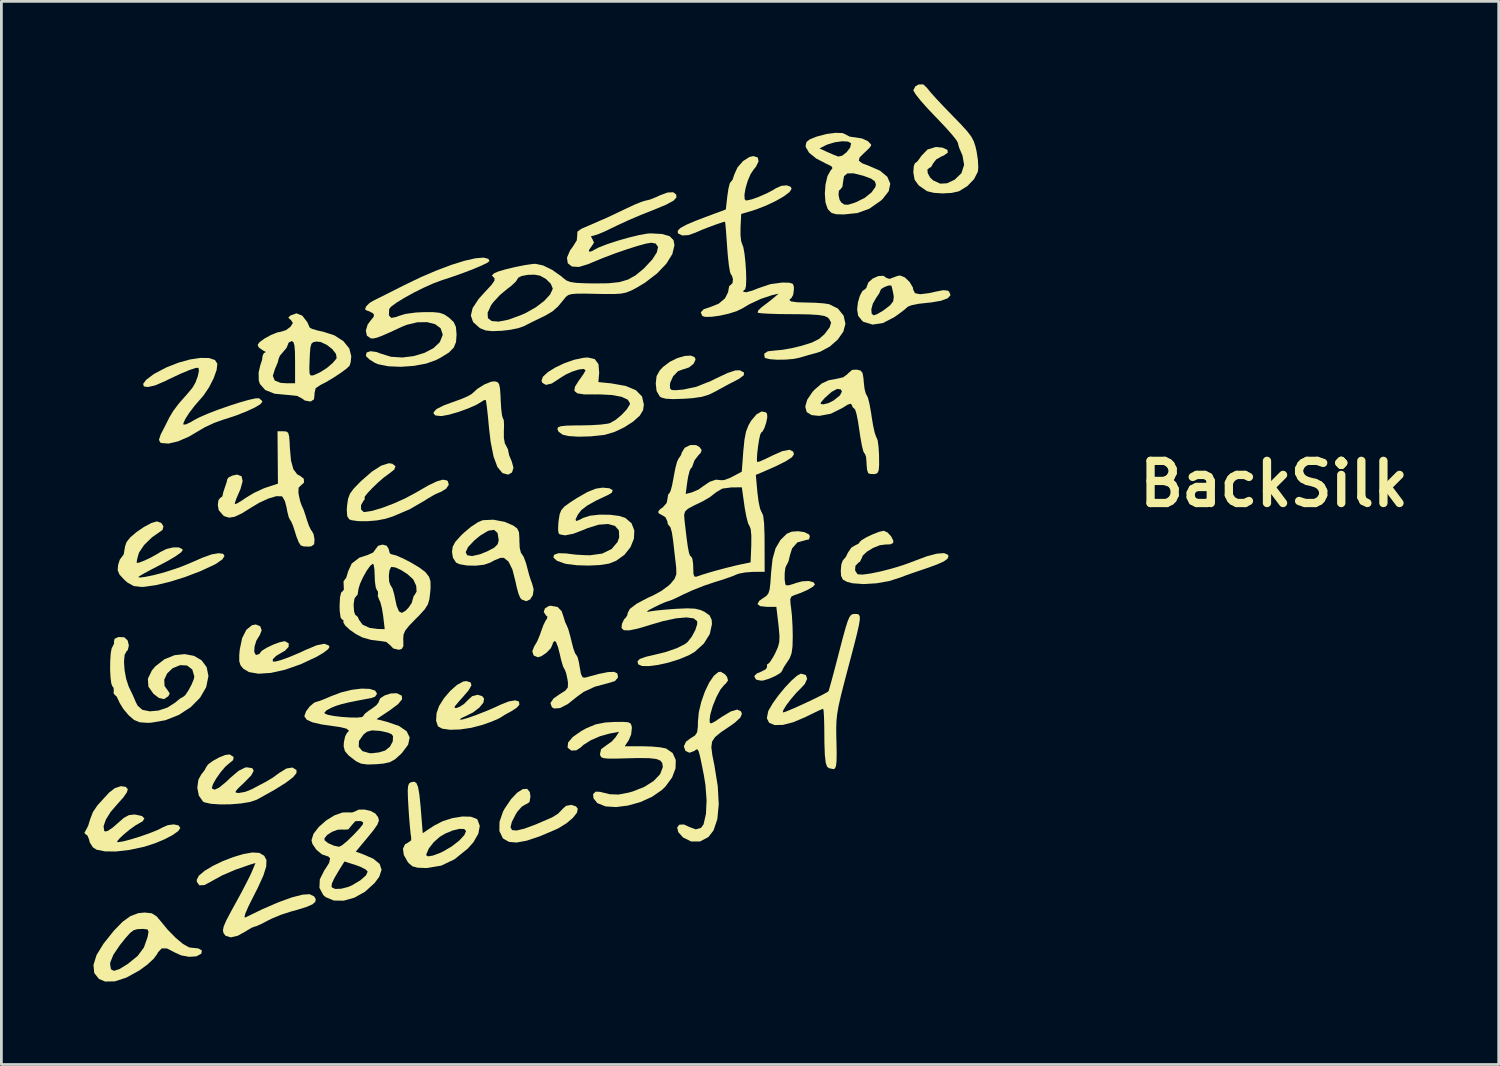
<source format=kicad_pcb>
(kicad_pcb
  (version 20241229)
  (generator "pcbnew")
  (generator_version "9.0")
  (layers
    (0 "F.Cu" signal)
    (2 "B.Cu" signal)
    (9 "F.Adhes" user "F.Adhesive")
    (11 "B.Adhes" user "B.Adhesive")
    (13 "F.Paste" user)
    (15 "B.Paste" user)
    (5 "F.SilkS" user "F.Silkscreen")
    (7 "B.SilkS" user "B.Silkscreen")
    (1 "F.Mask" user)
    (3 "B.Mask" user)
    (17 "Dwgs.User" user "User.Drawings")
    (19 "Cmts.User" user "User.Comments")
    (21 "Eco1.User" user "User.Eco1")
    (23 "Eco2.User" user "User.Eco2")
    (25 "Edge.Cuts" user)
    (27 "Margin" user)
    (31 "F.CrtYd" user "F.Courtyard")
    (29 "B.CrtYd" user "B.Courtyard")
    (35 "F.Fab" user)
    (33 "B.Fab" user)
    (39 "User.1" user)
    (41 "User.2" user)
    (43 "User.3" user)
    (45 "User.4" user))
  (footprint "BackSilk"
    (layer "F.Cu")
    (at 43.009 14.446)
    (property "Reference" "BackSilk" (at 0 0 0) (layer "F.SilkS") (effects (font (size 1.524 1.524) (thickness 0.3))))
    (attr board_only exclude_from_pos_files exclude_from_bom)
    (fp_poly (pts (xy -26.903 11.141) (xy -26.882 11.304) (xy -26.915 11.5) (xy -27.033 11.578) (xy -27.051 11.581) (xy -27.194 11.666) (xy -27.355 11.849) (xy -27.411 11.937) (xy -27.554 12.217) (xy -27.603 12.409) (xy -27.549 12.513) (xy -27.384 12.53) (xy -27.098 12.461) (xy -26.683 12.307) (xy -26.13 12.068) (xy -26.1 12.055) (xy -25.887 11.924) (xy -25.742 11.775) (xy -25.737 11.765) (xy -25.597 11.639) (xy -25.405 11.602) (xy -25.235 11.657) (xy -25.171 11.741) (xy -25.199 11.884) (xy -25.345 12.069) (xy -25.576 12.266) (xy -25.859 12.441) (xy -25.95 12.486) (xy -26.546 12.739) (xy -27.018 12.897) (xy -27.383 12.964) (xy -27.656 12.941) (xy -27.853 12.831) (xy -27.885 12.799) (xy -28.005 12.547) (xy -28.001 12.218) (xy -27.875 11.848) (xy -27.814 11.736) (xy -27.584 11.398) (xy -27.36 11.16) (xy -27.159 11.033) (xy -27.001 11.023)) (stroke (width 0) (type solid)) (fill yes) (layer "F.SilkS"))
    (fp_poly (pts (xy -20.942 -4.579) (xy -20.913 -4.496) (xy -20.983 -4.347) (xy -21.148 -4.213) (xy -21.336 -4.149) (xy -21.35 -4.149) (xy -21.548 -4.075) (xy -21.724 -3.892) (xy -21.83 -3.658) (xy -21.841 -3.565) (xy -21.834 -3.453) (xy -21.78 -3.398) (xy -21.641 -3.388) (xy -21.377 -3.411) (xy -21.347 -3.414) (xy -20.887 -3.512) (xy -20.362 -3.721) (xy -20.17 -3.816) (xy -19.76 -4.009) (xy -19.474 -4.105) (xy -19.312 -4.109) (xy -19.161 -4.028) (xy -19.17 -3.928) (xy -19.341 -3.8) (xy -19.452 -3.741) (xy -19.719 -3.604) (xy -20.034 -3.433) (xy -20.177 -3.353) (xy -20.43 -3.228) (xy -20.691 -3.149) (xy -21.019 -3.102) (xy -21.32 -3.08) (xy -21.721 -3.067) (xy -21.987 -3.081) (xy -22.152 -3.126) (xy -22.204 -3.159) (xy -22.322 -3.361) (xy -22.352 -3.628) (xy -22.322 -3.898) (xy -22.205 -4.107) (xy -22.085 -4.233) (xy -21.843 -4.416) (xy -21.57 -4.55) (xy -21.304 -4.628) (xy -21.081 -4.64)) (stroke (width 0) (type solid)) (fill yes) (layer "F.SilkS"))
    (fp_poly (pts (xy -36.652 5.143) (xy -36.599 5.293) (xy -36.671 5.473) (xy -36.681 5.485) (xy -36.792 5.669) (xy -36.857 5.881) (xy -36.868 6.067) (xy -36.817 6.173) (xy -36.786 6.181) (xy -36.674 6.142) (xy -36.661 6.111) (xy -36.589 6.028) (xy -36.411 5.918) (xy -36.18 5.808) (xy -35.951 5.723) (xy -35.779 5.687) (xy -35.75 5.689) (xy -35.62 5.765) (xy -35.625 5.891) (xy -35.755 6.028) (xy -35.856 6.087) (xy -36.076 6.216) (xy -36.197 6.339) (xy -36.196 6.419) (xy -36.091 6.419) (xy -35.87 6.357) (xy -35.567 6.245) (xy -35.217 6.097) (xy -34.996 5.994) (xy -34.602 5.83) (xy -34.329 5.778) (xy -34.175 5.839) (xy -34.146 5.892) (xy -34.199 5.976) (xy -34.368 6.105) (xy -34.605 6.245) (xy -35.189 6.519) (xy -35.751 6.716) (xy -36.266 6.831) (xy -36.711 6.861) (xy -37.061 6.801) (xy -37.264 6.678) (xy -37.364 6.555) (xy -37.409 6.411) (xy -37.41 6.191) (xy -37.391 5.984) (xy -37.305 5.573) (xy -37.153 5.273) (xy -36.949 5.107) (xy -36.813 5.08)) (stroke (width 0) (type solid)) (fill yes) (layer "F.SilkS"))
    (fp_poly (pts (xy -28.076 -3.683) (xy -28.017 -3.612) (xy -27.983 -3.46) (xy -27.964 -3.191) (xy -27.958 -3.027) (xy -27.939 -2.718) (xy -27.911 -2.487) (xy -27.88 -2.375) (xy -27.873 -2.371) (xy -27.844 -2.295) (xy -27.836 -2.1) (xy -27.843 -1.939) (xy -27.843 -1.666) (xy -27.808 -1.468) (xy -27.779 -1.414) (xy -27.693 -1.249) (xy -27.685 -1.19) (xy -27.648 -1.025) (xy -27.558 -0.814) (xy -27.496 -0.584) (xy -27.549 -0.414) (xy -27.687 -0.337) (xy -27.881 -0.389) (xy -27.904 -0.403) (xy -28.077 -0.615) (xy -28.216 -0.992) (xy -28.323 -1.533) (xy -28.381 -2.032) (xy -28.417 -2.419) (xy -28.452 -2.739) (xy -28.481 -2.957) (xy -28.498 -3.039) (xy -28.578 -3.022) (xy -28.648 -2.973) (xy -28.845 -2.856) (xy -29.147 -2.725) (xy -29.494 -2.6) (xy -29.826 -2.504) (xy -30.082 -2.457) (xy -30.121 -2.455) (xy -30.318 -2.475) (xy -30.384 -2.546) (xy -30.38 -2.596) (xy -30.279 -2.707) (xy -30.019 -2.838) (xy -29.718 -2.949) (xy -29.406 -3.061) (xy -29.155 -3.168) (xy -29.011 -3.249) (xy -28.998 -3.26) (xy -28.797 -3.442) (xy -28.544 -3.599) (xy -28.303 -3.696) (xy -28.173 -3.71)) (stroke (width 0) (type solid)) (fill yes) (layer "F.SilkS"))
    (fp_poly (pts (xy -31.879 -0.732) (xy -31.762 -0.643) (xy -31.804 -0.521) (xy -32.007 -0.361) (xy -32.025 -0.349) (xy -32.193 -0.225) (xy -32.392 -0.051) (xy -32.592 0.141) (xy -32.762 0.319) (xy -32.868 0.452) (xy -32.88 0.508) (xy -32.877 0.508) (xy -32.873 0.555) (xy -32.918 0.61) (xy -33.008 0.769) (xy -33.004 0.925) (xy -32.912 1.012) (xy -32.881 1.016) (xy -32.616 0.976) (xy -32.251 0.868) (xy -31.832 0.71) (xy -31.407 0.519) (xy -31.021 0.313) (xy -30.988 0.293) (xy -30.569 0.051) (xy -30.263 -0.095) (xy -30.051 -0.154) (xy -29.911 -0.131) (xy -29.868 -0.099) (xy -29.834 0.03) (xy -29.931 0.173) (xy -30.128 0.29) (xy -30.17 0.305) (xy -30.35 0.387) (xy -30.59 0.526) (xy -30.692 0.593) (xy -31.247 0.915) (xy -31.859 1.175) (xy -32.131 1.261) (xy -32.437 1.319) (xy -32.782 1.348) (xy -33.106 1.345) (xy -33.353 1.31) (xy -33.434 1.278) (xy -33.506 1.167) (xy -33.522 0.941) (xy -33.51 0.774) (xy -33.476 0.54) (xy -33.409 0.357) (xy -33.278 0.176) (xy -33.054 -0.056) (xy -32.999 -0.11) (xy -32.611 -0.448) (xy -32.274 -0.663) (xy -32.004 -0.748)) (stroke (width 0) (type solid)) (fill yes) (layer "F.SilkS"))
    (fp_poly (pts (xy -29.044 7.177) (xy -29.016 7.282) (xy -29.115 7.458) (xy -29.316 7.693) (xy -29.49 7.888) (xy -29.606 8.029) (xy -29.633 8.074) (xy -29.577 8.106) (xy -29.444 8.058) (xy -29.289 7.959) (xy -29.163 7.836) (xy -29.152 7.82) (xy -28.989 7.673) (xy -28.793 7.622) (xy -28.623 7.673) (xy -28.558 7.761) (xy -28.584 7.908) (xy -28.73 8.086) (xy -28.958 8.261) (xy -29.234 8.398) (xy -29.235 8.398) (xy -29.391 8.47) (xy -29.438 8.521) (xy -29.437 8.522) (xy -29.341 8.515) (xy -29.128 8.454) (xy -28.838 8.351) (xy -28.508 8.222) (xy -28.177 8.081) (xy -27.967 7.982) (xy -27.665 7.862) (xy -27.433 7.823) (xy -27.297 7.865) (xy -27.282 7.98) (xy -27.374 8.087) (xy -27.557 8.208) (xy -27.584 8.223) (xy -27.797 8.339) (xy -27.953 8.438) (xy -27.96 8.444) (xy -28.092 8.512) (xy -28.332 8.609) (xy -28.613 8.709) (xy -29.02 8.816) (xy -29.426 8.876) (xy -29.79 8.887) (xy -30.073 8.847) (xy -30.226 8.763) (xy -30.293 8.558) (xy -30.277 8.29) (xy -30.185 8.029) (xy -30.008 7.747) (xy -29.78 7.48) (xy -29.536 7.266) (xy -29.312 7.142) (xy -29.194 7.127)) (stroke (width 0) (type solid)) (fill yes) (layer "F.SilkS"))
    (fp_poly (pts (xy -40.573 15.522) (xy -40.396 15.633) (xy -40.29 15.759) (xy -40.002 16.108) (xy -39.711 16.406) (xy -39.445 16.629) (xy -39.232 16.75) (xy -39.16 16.764) (xy -38.891 16.791) (xy -38.76 16.865) (xy -38.78 16.979) (xy -38.786 16.986) (xy -38.959 17.078) (xy -39.221 17.096) (xy -39.51 17.043) (xy -39.751 16.933) (xy -40.02 16.793) (xy -40.212 16.791) (xy -40.347 16.931) (xy -40.379 16.997) (xy -40.503 17.166) (xy -40.732 17.377) (xy -41.013 17.583) (xy -41.487 17.846) (xy -41.908 17.983) (xy -42.26 17.989) (xy -42.481 17.896) (xy -42.652 17.68) (xy -42.68 17.387) (xy -42.674 17.368) (xy -42.079 17.368) (xy -42.047 17.545) (xy -41.94 17.603) (xy -41.744 17.54) (xy -41.444 17.356) (xy -41.437 17.352) (xy -41.082 17.063) (xy -40.857 16.759) (xy -40.727 16.391) (xy -40.725 16.385) (xy -40.689 16.188) (xy -40.727 16.105) (xy -40.872 16.088) (xy -40.924 16.088) (xy -41.095 16.096) (xy -41.226 16.134) (xy -41.354 16.231) (xy -41.516 16.411) (xy -41.722 16.669) (xy -41.959 17.018) (xy -42.071 17.294) (xy -42.079 17.368) (xy -42.674 17.368) (xy -42.568 17.03) (xy -42.318 16.623) (xy -42.312 16.615) (xy -41.945 16.155) (xy -41.63 15.83) (xy -41.342 15.623) (xy -41.06 15.517) (xy -40.827 15.494)) (stroke (width 0) (type solid)) (fill yes) (layer "F.SilkS"))
    (fp_poly (pts (xy -31.006 10.813) (xy -30.945 10.958) (xy -30.898 11.221) (xy -30.857 11.625) (xy -30.846 11.752) (xy -30.776 12.625) (xy -30.371 12.356) (xy -30.052 12.191) (xy -29.694 12.078) (xy -29.34 12.022) (xy -29.037 12.03) (xy -28.828 12.108) (xy -28.796 12.139) (xy -28.713 12.363) (xy -28.766 12.644) (xy -28.945 12.956) (xy -29.147 13.182) (xy -29.626 13.569) (xy -30.107 13.799) (xy -30.616 13.884) (xy -30.682 13.885) (xy -30.968 13.873) (xy -31.146 13.824) (xy -31.277 13.715) (xy -31.321 13.662) (xy -31.454 13.424) (xy -30.649 13.424) (xy -30.581 13.465) (xy -30.401 13.433) (xy -30.147 13.338) (xy -30.032 13.283) (xy -29.72 13.099) (xy -29.455 12.892) (xy -29.273 12.696) (xy -29.21 12.548) (xy -29.278 12.474) (xy -29.453 12.47) (xy -29.695 12.529) (xy -29.961 12.64) (xy -30.15 12.751) (xy -30.375 12.947) (xy -30.555 13.177) (xy -30.645 13.384) (xy -30.649 13.424) (xy -31.454 13.424) (xy -31.46 13.414) (xy -31.491 13.187) (xy -31.414 13.025) (xy -31.324 12.978) (xy -31.196 12.887) (xy -31.192 12.795) (xy -31.213 12.657) (xy -31.24 12.392) (xy -31.269 12.041) (xy -31.289 11.749) (xy -31.312 11.342) (xy -31.318 11.074) (xy -31.303 10.912) (xy -31.266 10.826) (xy -31.204 10.785) (xy -31.089 10.763)) (stroke (width 0) (type solid)) (fill yes) (layer "F.SilkS"))
    (fp_poly (pts (xy -13.971 1.755) (xy -13.841 1.896) (xy -13.764 2.051) (xy -13.77 2.136) (xy -13.88 2.185) (xy -14.045 2.189) (xy -14.252 2.216) (xy -14.494 2.313) (xy -14.718 2.449) (xy -14.869 2.593) (xy -14.901 2.677) (xy -14.97 2.812) (xy -15.028 2.848) (xy -15.133 2.96) (xy -15.146 3.125) (xy -15.065 3.254) (xy -15.038 3.268) (xy -14.872 3.277) (xy -14.587 3.238) (xy -14.223 3.163) (xy -13.819 3.059) (xy -13.417 2.937) (xy -13.055 2.806) (xy -12.996 2.782) (xy -12.551 2.615) (xy -12.189 2.52) (xy -11.928 2.501) (xy -11.788 2.559) (xy -11.769 2.62) (xy -11.808 2.709) (xy -11.941 2.803) (xy -12.189 2.914) (xy -12.575 3.053) (xy -12.658 3.081) (xy -12.993 3.194) (xy -13.282 3.296) (xy -13.475 3.368) (xy -13.504 3.38) (xy -13.909 3.51) (xy -14.374 3.592) (xy -14.839 3.62) (xy -15.243 3.59) (xy -15.431 3.542) (xy -15.586 3.459) (xy -15.652 3.322) (xy -15.663 3.131) (xy -15.642 2.907) (xy -15.589 2.763) (xy -15.573 2.748) (xy -15.477 2.633) (xy -15.403 2.481) (xy -15.283 2.305) (xy -15.154 2.226) (xy -15.018 2.159) (xy -14.986 2.109) (xy -14.915 2.035) (xy -14.739 1.93) (xy -14.511 1.822) (xy -14.287 1.734) (xy -14.119 1.694) (xy -14.106 1.693)) (stroke (width 0) (type solid)) (fill yes) (layer "F.SilkS"))
    (fp_poly (pts (xy -37.757 9.78) (xy -37.612 9.869) (xy -37.632 9.986) (xy -37.768 10.096) (xy -37.915 10.224) (xy -38.084 10.423) (xy -38.242 10.648) (xy -38.358 10.852) (xy -38.4 10.989) (xy -38.395 11.009) (xy -38.302 11.054) (xy -38.141 10.981) (xy -37.898 10.783) (xy -37.723 10.617) (xy -37.432 10.37) (xy -37.197 10.253) (xy -37.135 10.245) (xy -36.939 10.275) (xy -36.886 10.37) (xy -36.977 10.537) (xy -37.214 10.782) (xy -37.226 10.793) (xy -37.439 10.994) (xy -37.537 11.107) (xy -37.535 11.158) (xy -37.445 11.172) (xy -37.423 11.172) (xy -37.198 11.133) (xy -36.957 11.037) (xy -36.688 10.894) (xy -36.449 10.769) (xy -36.198 10.619) (xy -35.956 10.442) (xy -35.703 10.287) (xy -35.486 10.252) (xy -35.34 10.342) (xy -35.339 10.344) (xy -35.341 10.456) (xy -35.469 10.608) (xy -35.729 10.805) (xy -36.129 11.055) (xy -36.677 11.361) (xy -36.788 11.42) (xy -37.017 11.497) (xy -37.344 11.551) (xy -37.721 11.582) (xy -38.099 11.586) (xy -38.429 11.564) (xy -38.662 11.512) (xy -38.721 11.481) (xy -38.87 11.268) (xy -38.927 10.981) (xy -38.886 10.69) (xy -38.785 10.507) (xy -38.662 10.348) (xy -38.608 10.245) (xy -38.608 10.243) (xy -38.537 10.14) (xy -38.362 10.011) (xy -38.138 9.888) (xy -37.921 9.8) (xy -37.766 9.778)) (stroke (width 0) (type solid)) (fill yes) (layer "F.SilkS"))
    (fp_poly (pts (xy -27.808 1.372) (xy -27.501 1.505) (xy -27.362 1.608) (xy -27.297 1.743) (xy -27.281 1.969) (xy -27.282 2.054) (xy -27.27 2.307) (xy -27.228 2.485) (xy -27.197 2.528) (xy -27.125 2.639) (xy -27.044 2.857) (xy -27.003 3.008) (xy -26.931 3.283) (xy -26.859 3.506) (xy -26.829 3.576) (xy -26.766 3.809) (xy -26.796 4.02) (xy -26.894 4.175) (xy -27.034 4.239) (xy -27.192 4.181) (xy -27.244 4.128) (xy -27.307 3.99) (xy -27.376 3.746) (xy -27.421 3.537) (xy -27.533 3.094) (xy -27.676 2.804) (xy -27.846 2.671) (xy -27.972 2.674) (xy -28.189 2.763) (xy -28.339 2.845) (xy -28.556 2.92) (xy -28.858 2.955) (xy -29.178 2.948) (xy -29.449 2.901) (xy -29.57 2.845) (xy -29.684 2.668) (xy -29.716 2.466) (xy -29.222 2.466) (xy -29.169 2.578) (xy -28.992 2.607) (xy -28.703 2.542) (xy -28.438 2.434) (xy -28.188 2.3) (xy -28.064 2.177) (xy -28.029 2.032) (xy -28.07 1.774) (xy -28.196 1.66) (xy -28.406 1.691) (xy -28.698 1.867) (xy -28.904 2.035) (xy -29.137 2.281) (xy -29.222 2.466) (xy -29.716 2.466) (xy -29.718 2.452) (xy -29.692 2.269) (xy -29.597 2.092) (xy -29.403 1.876) (xy -29.294 1.77) (xy -29.038 1.554) (xy -28.787 1.388) (xy -28.61 1.311) (xy -28.225 1.292)) (stroke (width 0) (type solid)) (fill yes) (layer "F.SilkS"))
    (fp_poly (pts (xy -24.028 0.156) (xy -23.911 0.222) (xy -23.938 0.315) (xy -24.065 0.393) (xy -24.515 0.604) (xy -24.83 0.782) (xy -25.038 0.942) (xy -25.163 1.102) (xy -25.251 1.281) (xy -25.231 1.341) (xy -25.091 1.29) (xy -24.977 1.228) (xy -24.731 1.148) (xy -24.387 1.11) (xy -24.011 1.113) (xy -23.669 1.157) (xy -23.454 1.227) (xy -23.226 1.423) (xy -23.126 1.685) (xy -23.142 1.983) (xy -23.265 2.285) (xy -23.482 2.56) (xy -23.783 2.777) (xy -24.04 2.879) (xy -24.36 2.931) (xy -24.772 2.951) (xy -25.202 2.939) (xy -25.576 2.893) (xy -25.641 2.879) (xy -25.924 2.778) (xy -26.051 2.663) (xy -26.031 2.563) (xy -25.872 2.504) (xy -25.583 2.512) (xy -25.527 2.522) (xy -25.237 2.556) (xy -24.886 2.576) (xy -24.72 2.578) (xy -24.285 2.517) (xy -23.948 2.352) (xy -23.732 2.098) (xy -23.673 1.926) (xy -23.685 1.678) (xy -23.826 1.517) (xy -24.076 1.448) (xy -24.414 1.473) (xy -24.822 1.599) (xy -24.942 1.651) (xy -25.33 1.8) (xy -25.63 1.859) (xy -25.822 1.823) (xy -25.864 1.781) (xy -25.883 1.654) (xy -25.874 1.426) (xy -25.859 1.294) (xy -25.825 1.09) (xy -25.766 0.944) (xy -25.652 0.816) (xy -25.451 0.67) (xy -25.209 0.514) (xy -24.826 0.294) (xy -24.526 0.172) (xy -24.274 0.133)) (stroke (width 0) (type solid)) (fill yes) (layer "F.SilkS"))
    (fp_poly (pts (xy -41.513 10.951) (xy -41.438 11.036) (xy -41.472 11.149) (xy -41.603 11.338) (xy -41.806 11.564) (xy -41.811 11.569) (xy -42.058 11.855) (xy -42.23 12.132) (xy -42.314 12.368) (xy -42.295 12.531) (xy -42.259 12.567) (xy -42.158 12.541) (xy -41.981 12.421) (xy -41.813 12.274) (xy -41.581 12.072) (xy -41.401 11.974) (xy -41.217 11.951) (xy -41.158 11.955) (xy -40.926 12.006) (xy -40.838 12.093) (xy -40.904 12.198) (xy -40.998 12.251) (xy -41.169 12.35) (xy -41.371 12.496) (xy -41.57 12.659) (xy -41.732 12.81) (xy -41.822 12.918) (xy -41.812 12.954) (xy -41.619 12.925) (xy -41.322 12.848) (xy -40.977 12.741) (xy -40.636 12.621) (xy -40.353 12.507) (xy -40.192 12.423) (xy -39.992 12.335) (xy -39.778 12.308) (xy -39.608 12.343) (xy -39.539 12.436) (xy -39.615 12.55) (xy -39.817 12.693) (xy -40.11 12.847) (xy -40.459 12.992) (xy -40.828 13.111) (xy -40.862 13.121) (xy -41.384 13.232) (xy -41.862 13.287) (xy -42.265 13.284) (xy -42.563 13.224) (xy -42.701 13.138) (xy -42.811 12.965) (xy -42.841 12.849) (xy -42.898 12.71) (xy -42.947 12.678) (xy -43.009 12.616) (xy -42.957 12.523) (xy -42.872 12.359) (xy -42.802 12.129) (xy -42.801 12.125) (xy -42.7 11.863) (xy -42.537 11.621) (xy -42.534 11.617) (xy -42.323 11.385) (xy -42.111 11.155) (xy -41.905 10.997) (xy -41.689 10.926)) (stroke (width 0) (type solid)) (fill yes) (layer "F.SilkS"))
    (fp_poly (pts (xy -36.697 13.337) (xy -36.682 13.341) (xy -36.51 13.44) (xy -36.426 13.596) (xy -36.434 13.827) (xy -36.535 14.152) (xy -36.732 14.587) (xy -36.866 14.85) (xy -37.072 15.261) (xy -37.191 15.533) (xy -37.221 15.665) (xy -37.188 15.672) (xy -36.562 15.369) (xy -35.997 15.125) (xy -35.512 14.949) (xy -35.128 14.849) (xy -34.867 14.831) (xy -34.865 14.832) (xy -34.702 14.911) (xy -34.645 15.007) (xy -34.659 15.106) (xy -34.759 15.196) (xy -34.966 15.288) (xy -35.305 15.394) (xy -35.559 15.464) (xy -35.906 15.577) (xy -36.256 15.724) (xy -36.396 15.795) (xy -36.626 15.915) (xy -36.799 15.99) (xy -36.849 16.002) (xy -36.969 16.047) (xy -37.149 16.157) (xy -37.161 16.166) (xy -37.461 16.333) (xy -37.72 16.392) (xy -37.902 16.335) (xy -37.91 16.328) (xy -37.978 16.24) (xy -38 16.136) (xy -37.968 15.987) (xy -37.871 15.766) (xy -37.702 15.446) (xy -37.554 15.177) (xy -37.35 14.805) (xy -37.165 14.452) (xy -37.021 14.166) (xy -36.957 14.027) (xy -36.822 13.702) (xy -37.016 13.762) (xy -37.552 13.948) (xy -38.024 14.15) (xy -38.382 14.347) (xy -38.401 14.36) (xy -38.669 14.502) (xy -38.852 14.511) (xy -38.94 14.388) (xy -38.947 14.313) (xy -38.87 14.162) (xy -38.664 13.989) (xy -38.364 13.808) (xy -38.005 13.636) (xy -37.623 13.488) (xy -37.254 13.378) (xy -36.934 13.323)) (stroke (width 0) (type solid)) (fill yes) (layer "F.SilkS"))
    (fp_poly (pts (xy -24.557 -4.513) (xy -24.422 -4.332) (xy -24.397 -4.024) (xy -24.398 -4.005) (xy -24.426 -3.683) (xy -23.961 -3.636) (xy -23.436 -3.543) (xy -23.066 -3.386) (xy -22.848 -3.162) (xy -22.781 -2.869) (xy -22.81 -2.667) (xy -22.93 -2.468) (xy -23.171 -2.253) (xy -23.489 -2.048) (xy -23.841 -1.881) (xy -24.184 -1.778) (xy -24.242 -1.768) (xy -24.705 -1.72) (xy -25.141 -1.708) (xy -25.5 -1.731) (xy -25.718 -1.781) (xy -25.865 -1.888) (xy -25.908 -1.987) (xy -25.882 -2.047) (xy -25.784 -2.086) (xy -25.586 -2.108) (xy -25.26 -2.116) (xy -25.067 -2.117) (xy -24.681 -2.125) (xy -24.339 -2.147) (xy -24.088 -2.179) (xy -24.007 -2.2) (xy -23.805 -2.315) (xy -23.589 -2.494) (xy -23.403 -2.692) (xy -23.295 -2.863) (xy -23.283 -2.914) (xy -23.363 -3.047) (xy -23.588 -3.15) (xy -23.935 -3.215) (xy -24.381 -3.238) (xy -24.534 -3.236) (xy -24.939 -3.237) (xy -25.189 -3.277) (xy -25.296 -3.366) (xy -25.272 -3.517) (xy -25.131 -3.739) (xy -25.113 -3.763) (xy -24.977 -3.954) (xy -24.899 -4.087) (xy -24.892 -4.112) (xy -24.959 -4.158) (xy -25.13 -4.138) (xy -25.36 -4.066) (xy -25.604 -3.956) (xy -25.818 -3.824) (xy -25.839 -3.807) (xy -26.111 -3.631) (xy -26.323 -3.581) (xy -26.454 -3.657) (xy -26.482 -3.734) (xy -26.43 -3.878) (xy -26.25 -4.044) (xy -25.977 -4.213) (xy -25.648 -4.368) (xy -25.299 -4.49) (xy -24.966 -4.561) (xy -24.804 -4.572)) (stroke (width 0) (type solid)) (fill yes) (layer "F.SilkS"))
    (fp_poly (pts (xy -13.346 -7.467) (xy -13.176 -7.304) (xy -13.059 -7.109) (xy -13.039 -7.011) (xy -12.978 -6.896) (xy -12.792 -6.859) (xy -12.468 -6.899) (xy -12.224 -6.954) (xy -11.955 -7.006) (xy -11.798 -6.989) (xy -11.746 -6.953) (xy -11.694 -6.825) (xy -11.798 -6.712) (xy -12.045 -6.621) (xy -12.421 -6.558) (xy -12.537 -6.548) (xy -12.854 -6.512) (xy -13.106 -6.461) (xy -13.244 -6.405) (xy -13.25 -6.399) (xy -13.364 -6.297) (xy -13.568 -6.143) (xy -13.731 -6.028) (xy -14.138 -5.818) (xy -14.511 -5.761) (xy -14.837 -5.859) (xy -14.882 -5.889) (xy -15.034 -6.078) (xy -15.071 -6.308) (xy -15.071 -6.31) (xy -14.558 -6.31) (xy -14.545 -6.153) (xy -14.47 -6.096) (xy -14.345 -6.141) (xy -14.154 -6.253) (xy -14.11 -6.282) (xy -13.879 -6.459) (xy -13.768 -6.602) (xy -13.747 -6.765) (xy -13.768 -6.9) (xy -13.809 -7.084) (xy -13.835 -7.172) (xy -13.835 -7.172) (xy -13.929 -7.176) (xy -14.079 -7.122) (xy -14.2 -7.048) (xy -14.224 -7.01) (xy -14.272 -6.891) (xy -14.389 -6.718) (xy -14.393 -6.712) (xy -14.505 -6.514) (xy -14.558 -6.31) (xy -15.071 -6.31) (xy -15.043 -6.564) (xy -14.972 -6.805) (xy -14.88 -6.976) (xy -14.803 -7.027) (xy -14.734 -7.092) (xy -14.732 -7.111) (xy -14.667 -7.283) (xy -14.508 -7.426) (xy -14.308 -7.515) (xy -14.122 -7.525) (xy -14.012 -7.45) (xy -13.9 -7.412) (xy -13.801 -7.45) (xy -13.609 -7.522) (xy -13.513 -7.535)) (stroke (width 0) (type solid)) (fill yes) (layer "F.SilkS"))
    (fp_poly (pts (xy -40.227 1.409) (xy -40.15 1.532) (xy -40.182 1.659) (xy -40.225 1.693) (xy -40.565 1.93) (xy -40.846 2.204) (xy -41.026 2.471) (xy -41.051 2.536) (xy -41.104 2.734) (xy -41.119 2.847) (xy -41.116 2.854) (xy -41.023 2.843) (xy -40.834 2.769) (xy -40.596 2.656) (xy -40.361 2.524) (xy -40.259 2.46) (xy -40.036 2.35) (xy -39.797 2.294) (xy -39.591 2.295) (xy -39.469 2.355) (xy -39.455 2.401) (xy -39.526 2.484) (xy -39.719 2.62) (xy -40.001 2.786) (xy -40.259 2.923) (xy -40.588 3.093) (xy -40.852 3.235) (xy -41.019 3.333) (xy -41.063 3.368) (xy -40.989 3.383) (xy -40.794 3.357) (xy -40.52 3.301) (xy -40.209 3.221) (xy -40.005 3.16) (xy -39.737 3.073) (xy -39.519 2.996) (xy -39.297 2.908) (xy -39.015 2.787) (xy -38.747 2.669) (xy -38.413 2.548) (xy -38.156 2.504) (xy -37.993 2.526) (xy -37.942 2.603) (xy -38.019 2.726) (xy -38.243 2.884) (xy -38.318 2.924) (xy -38.814 3.154) (xy -39.363 3.363) (xy -39.917 3.537) (xy -40.43 3.66) (xy -40.854 3.72) (xy -40.945 3.723) (xy -41.22 3.692) (xy -41.445 3.57) (xy -41.568 3.462) (xy -41.741 3.273) (xy -41.805 3.115) (xy -41.79 2.933) (xy -41.73 2.74) (xy -41.657 2.64) (xy -41.654 2.639) (xy -41.584 2.542) (xy -41.571 2.452) (xy -41.536 2.25) (xy -41.482 2.099) (xy -41.351 1.933) (xy -41.123 1.739) (xy -40.852 1.554) (xy -40.59 1.414) (xy -40.392 1.355) (xy -40.384 1.355)) (stroke (width 0) (type solid)) (fill yes) (layer "F.SilkS"))
    (fp_poly (pts (xy -19.853 6.879) (xy -19.779 6.967) (xy -19.737 7.101) (xy -19.822 7.221) (xy -19.875 7.264) (xy -20.013 7.432) (xy -20.16 7.707) (xy -20.291 8.028) (xy -20.38 8.336) (xy -20.405 8.53) (xy -20.397 8.63) (xy -20.353 8.658) (xy -20.241 8.605) (xy -20.029 8.465) (xy -19.967 8.422) (xy -19.636 8.224) (xy -19.407 8.157) (xy -19.273 8.219) (xy -19.237 8.312) (xy -19.294 8.448) (xy -19.499 8.636) (xy -19.666 8.754) (xy -19.995 8.976) (xy -20.205 9.148) (xy -20.315 9.314) (xy -20.342 9.52) (xy -20.305 9.808) (xy -20.233 10.163) (xy -20.11 10.926) (xy -20.074 11.581) (xy -20.125 12.117) (xy -20.262 12.524) (xy -20.447 12.764) (xy -20.75 12.925) (xy -21.073 12.926) (xy -21.367 12.779) (xy -21.539 12.586) (xy -21.577 12.421) (xy -21.501 12.318) (xy -21.333 12.311) (xy -21.143 12.399) (xy -20.908 12.487) (xy -20.716 12.434) (xy -20.623 12.305) (xy -20.537 11.927) (xy -20.514 11.438) (xy -20.555 10.884) (xy -20.614 10.522) (xy -20.697 10.104) (xy -20.756 9.826) (xy -20.801 9.666) (xy -20.841 9.598) (xy -20.885 9.599) (xy -20.944 9.643) (xy -20.955 9.652) (xy -21.131 9.718) (xy -21.279 9.65) (xy -21.336 9.487) (xy -21.259 9.319) (xy -21.082 9.186) (xy -20.932 9.093) (xy -20.856 8.977) (xy -20.83 8.782) (xy -20.828 8.611) (xy -20.795 8.253) (xy -20.705 7.873) (xy -20.574 7.503) (xy -20.418 7.179) (xy -20.251 6.934) (xy -20.089 6.801) (xy -20.003 6.79)) (stroke (width 0) (type solid)) (fill yes) (layer "F.SilkS"))
    (fp_poly (pts (xy -38.502 -4.552) (xy -38.288 -4.48) (xy -38.201 -4.346) (xy -38.227 -4.121) (xy -38.335 -3.82) (xy -38.5 -3.496) (xy -38.697 -3.203) (xy -38.787 -3.098) (xy -39.012 -2.84) (xy -39.211 -2.58) (xy -39.358 -2.353) (xy -39.43 -2.194) (xy -39.427 -2.145) (xy -39.331 -2.155) (xy -39.15 -2.242) (xy -39.054 -2.301) (xy -38.848 -2.41) (xy -38.542 -2.542) (xy -38.174 -2.684) (xy -37.78 -2.822) (xy -37.398 -2.945) (xy -37.065 -3.04) (xy -36.816 -3.095) (xy -36.694 -3.099) (xy -36.588 -3.007) (xy -36.576 -2.965) (xy -36.651 -2.879) (xy -36.854 -2.759) (xy -37.151 -2.621) (xy -37.507 -2.481) (xy -37.888 -2.354) (xy -37.968 -2.331) (xy -38.311 -2.209) (xy -38.648 -2.053) (xy -38.815 -1.955) (xy -39.234 -1.707) (xy -39.628 -1.538) (xy -39.967 -1.459) (xy -40.219 -1.479) (xy -40.271 -1.504) (xy -40.312 -1.599) (xy -40.25 -1.786) (xy -40.211 -1.863) (xy -40.07 -2.136) (xy -39.938 -2.4) (xy -39.93 -2.417) (xy -39.795 -2.64) (xy -39.602 -2.896) (xy -39.524 -2.987) (xy -39.324 -3.213) (xy -39.15 -3.419) (xy -39.099 -3.482) (xy -38.993 -3.664) (xy -38.91 -3.887) (xy -38.867 -4.087) (xy -38.883 -4.198) (xy -38.987 -4.193) (xy -39.216 -4.116) (xy -39.545 -3.978) (xy -39.95 -3.787) (xy -40.104 -3.711) (xy -40.454 -3.562) (xy -40.71 -3.504) (xy -40.858 -3.525) (xy -40.885 -3.616) (xy -40.775 -3.764) (xy -40.516 -3.96) (xy -40.464 -3.992) (xy -40.046 -4.212) (xy -39.612 -4.383) (xy -39.192 -4.5) (xy -38.812 -4.557)) (stroke (width 0) (type solid)) (fill yes) (layer "F.SilkS"))
    (fp_poly (pts (xy -25.898 4.449) (xy -25.753 4.602) (xy -25.691 4.785) (xy -25.628 4.993) (xy -25.567 5.122) (xy -25.515 5.246) (xy -25.448 5.48) (xy -25.396 5.694) (xy -25.329 5.953) (xy -25.264 6.13) (xy -25.225 6.181) (xy -25.179 6.257) (xy -25.129 6.451) (xy -25.103 6.612) (xy -25.056 6.869) (xy -24.998 6.989) (xy -24.912 7.004) (xy -24.904 7.002) (xy -24.42 6.87) (xy -24.075 6.801) (xy -23.855 6.794) (xy -23.741 6.85) (xy -23.717 6.968) (xy -23.722 7.004) (xy -23.829 7.127) (xy -24.097 7.209) (xy -24.108 7.211) (xy -24.555 7.331) (xy -24.959 7.518) (xy -25.198 7.691) (xy -25.532 7.958) (xy -25.814 8.103) (xy -26.027 8.118) (xy -26.106 8.072) (xy -26.16 7.923) (xy -26.047 7.755) (xy -25.826 7.601) (xy -25.621 7.473) (xy -25.532 7.36) (xy -25.524 7.199) (xy -25.542 7.07) (xy -25.59 6.846) (xy -25.643 6.705) (xy -25.657 6.689) (xy -25.706 6.589) (xy -25.77 6.374) (xy -25.819 6.16) (xy -25.885 5.9) (xy -25.954 5.723) (xy -25.999 5.673) (xy -26.071 5.74) (xy -26.077 5.785) (xy -26.144 5.936) (xy -26.302 6.103) (xy -26.49 6.23) (xy -26.615 6.265) (xy -26.766 6.202) (xy -26.816 6.05) (xy -26.746 5.871) (xy -26.738 5.86) (xy -26.638 5.692) (xy -26.533 5.439) (xy -26.498 5.334) (xy -26.41 5.094) (xy -26.324 4.925) (xy -26.293 4.889) (xy -26.265 4.803) (xy -26.323 4.75) (xy -26.402 4.628) (xy -26.356 4.496) (xy -26.214 4.412) (xy -26.143 4.404)) (stroke (width 0) (type solid)) (fill yes) (layer "F.SilkS"))
    (fp_poly (pts (xy -23.346 8.616) (xy -23.258 8.662) (xy -23.224 8.752) (xy -23.215 8.822) (xy -23.242 9.061) (xy -23.33 9.266) (xy -23.472 9.483) (xy -22.833 9.483) (xy -22.489 9.494) (xy -22.185 9.522) (xy -21.984 9.563) (xy -21.975 9.566) (xy -21.74 9.73) (xy -21.628 9.979) (xy -21.636 10.283) (xy -21.761 10.612) (xy -22 10.938) (xy -22.131 11.065) (xy -22.486 11.31) (xy -22.907 11.501) (xy -23.354 11.627) (xy -23.788 11.682) (xy -24.166 11.658) (xy -24.45 11.545) (xy -24.473 11.528) (xy -24.604 11.362) (xy -24.616 11.212) (xy -24.521 11.123) (xy -24.362 11.132) (xy -24.013 11.218) (xy -23.7 11.229) (xy -23.344 11.162) (xy -23.194 11.121) (xy -22.769 10.954) (xy -22.426 10.737) (xy -22.194 10.493) (xy -22.099 10.244) (xy -22.098 10.219) (xy -22.117 10.089) (xy -22.189 9.999) (xy -22.338 9.942) (xy -22.589 9.914) (xy -22.964 9.909) (xy -23.396 9.919) (xy -23.807 9.93) (xy -24.078 9.929) (xy -24.241 9.913) (xy -24.324 9.877) (xy -24.358 9.815) (xy -24.368 9.764) (xy -24.329 9.591) (xy -24.165 9.469) (xy -23.948 9.316) (xy -23.806 9.159) (xy -23.677 8.961) (xy -24.009 9.022) (xy -24.36 9.118) (xy -24.7 9.266) (xy -24.968 9.435) (xy -25.056 9.519) (xy -25.223 9.631) (xy -25.405 9.638) (xy -25.532 9.539) (xy -25.54 9.522) (xy -25.52 9.347) (xy -25.348 9.145) (xy -25.038 8.929) (xy -24.853 8.828) (xy -24.523 8.692) (xy -24.174 8.623) (xy -23.837 8.604) (xy -23.526 8.602)) (stroke (width 0) (type solid)) (fill yes) (layer "F.SilkS"))
    (fp_poly (pts (xy -12.54 -14.312) (xy -12.534 -14.303) (xy -12.426 -14.169) (xy -12.226 -13.945) (xy -11.961 -13.663) (xy -11.659 -13.351) (xy -11.633 -13.324) (xy -11.313 -12.995) (xy -11.092 -12.751) (xy -10.946 -12.56) (xy -10.854 -12.386) (xy -10.793 -12.199) (xy -10.755 -12.034) (xy -10.706 -11.719) (xy -10.691 -11.436) (xy -10.706 -11.291) (xy -10.843 -11.022) (xy -11.086 -10.768) (xy -11.38 -10.587) (xy -11.404 -10.577) (xy -11.66 -10.521) (xy -11.982 -10.504) (xy -12.296 -10.524) (xy -12.532 -10.581) (xy -12.563 -10.596) (xy -12.844 -10.792) (xy -12.992 -10.995) (xy -13.038 -11.25) (xy -13.039 -11.279) (xy -13.023 -11.485) (xy -12.985 -11.594) (xy -12.972 -11.599) (xy -12.889 -11.665) (xy -12.772 -11.826) (xy -12.756 -11.853) (xy -12.528 -12.091) (xy -12.223 -12.183) (xy -11.98 -12.157) (xy -11.805 -12.077) (xy -11.793 -11.977) (xy -11.942 -11.872) (xy -12.019 -11.842) (xy -12.213 -11.731) (xy -12.321 -11.592) (xy -12.397 -11.459) (xy -12.452 -11.43) (xy -12.53 -11.373) (xy -12.519 -11.238) (xy -12.435 -11.081) (xy -12.322 -10.974) (xy -12.066 -10.856) (xy -11.818 -10.87) (xy -11.544 -11.001) (xy -11.3 -11.236) (xy -11.204 -11.537) (xy -11.263 -11.876) (xy -11.296 -11.95) (xy -11.387 -12.164) (xy -11.43 -12.326) (xy -11.43 -12.335) (xy -11.487 -12.436) (xy -11.642 -12.63) (xy -11.874 -12.891) (xy -12.16 -13.193) (xy -12.234 -13.27) (xy -12.531 -13.582) (xy -12.778 -13.861) (xy -12.953 -14.082) (xy -13.035 -14.218) (xy -13.039 -14.235) (xy -12.967 -14.373) (xy -12.852 -14.441) (xy -12.68 -14.446)) (stroke (width 0) (type solid)) (fill yes) (layer "F.SilkS"))
    (fp_poly (pts (xy -14.95 -4.101) (xy -14.877 -4.017) (xy -14.844 -3.834) (xy -14.832 -3.685) (xy -14.802 -3.432) (xy -14.756 -3.257) (xy -14.727 -3.214) (xy -14.68 -3.113) (xy -14.623 -2.886) (xy -14.567 -2.575) (xy -14.549 -2.45) (xy -14.495 -2.119) (xy -14.437 -1.856) (xy -14.385 -1.703) (xy -14.37 -1.683) (xy -14.33 -1.578) (xy -14.298 -1.35) (xy -14.279 -1.047) (xy -14.279 -1.005) (xy -14.276 -0.683) (xy -14.292 -0.493) (xy -14.334 -0.398) (xy -14.412 -0.361) (xy -14.439 -0.356) (xy -14.607 -0.362) (xy -14.672 -0.392) (xy -14.711 -0.508) (xy -14.731 -0.721) (xy -14.732 -0.776) (xy -14.749 -0.983) (xy -14.791 -1.094) (xy -14.806 -1.101) (xy -14.848 -1.179) (xy -14.9 -1.389) (xy -14.955 -1.694) (xy -14.986 -1.905) (xy -15.038 -2.25) (xy -15.092 -2.52) (xy -15.139 -2.681) (xy -15.16 -2.709) (xy -15.235 -2.778) (xy -15.255 -2.838) (xy -15.298 -2.9) (xy -15.404 -2.872) (xy -15.604 -2.747) (xy -16.02 -2.539) (xy -16.444 -2.46) (xy -16.717 -2.489) (xy -16.895 -2.6) (xy -16.947 -2.794) (xy -16.92 -2.892) (xy -16.392 -2.892) (xy -16.3 -2.879) (xy -16.29 -2.879) (xy -16.1 -2.925) (xy -15.915 -3.022) (xy -15.692 -3.203) (xy -15.622 -3.34) (xy -15.658 -3.415) (xy -15.791 -3.437) (xy -15.992 -3.331) (xy -16.237 -3.112) (xy -16.25 -3.098) (xy -16.377 -2.953) (xy -16.392 -2.892) (xy -16.92 -2.892) (xy -16.877 -3.044) (xy -16.688 -3.324) (xy -16.601 -3.417) (xy -16.349 -3.634) (xy -16.106 -3.747) (xy -15.881 -3.788) (xy -15.575 -3.856) (xy -15.411 -3.978) (xy -15.401 -3.996) (xy -15.253 -4.123) (xy -15.086 -4.133)) (stroke (width 0) (type solid)) (fill yes) (layer "F.SilkS"))
    (fp_poly (pts (xy -15.07 4.702) (xy -15.01 4.724) (xy -14.977 4.783) (xy -14.974 4.899) (xy -15.004 5.092) (xy -15.068 5.38) (xy -15.169 5.782) (xy -15.31 6.319) (xy -15.408 6.689) (xy -15.557 7.256) (xy -15.667 7.694) (xy -15.744 8.037) (xy -15.793 8.32) (xy -15.819 8.576) (xy -15.827 8.841) (xy -15.824 9.149) (xy -15.819 9.312) (xy -15.811 9.741) (xy -15.816 10.027) (xy -15.836 10.2) (xy -15.875 10.285) (xy -15.921 10.31) (xy -16.087 10.277) (xy -16.152 10.23) (xy -16.205 10.092) (xy -16.239 9.8) (xy -16.255 9.347) (xy -16.256 9.127) (xy -16.26 8.738) (xy -16.269 8.42) (xy -16.283 8.206) (xy -16.3 8.128) (xy -16.392 8.163) (xy -16.594 8.258) (xy -16.868 8.391) (xy -16.933 8.424) (xy -17.378 8.614) (xy -17.757 8.711) (xy -18.053 8.717) (xy -18.252 8.636) (xy -18.335 8.471) (xy -18.288 8.225) (xy -18.268 8.18) (xy -18.12 7.927) (xy -17.914 7.641) (xy -17.679 7.357) (xy -17.445 7.109) (xy -17.244 6.932) (xy -17.104 6.858) (xy -17.097 6.858) (xy -16.924 6.91) (xy -16.878 7.044) (xy -16.961 7.229) (xy -17.072 7.351) (xy -17.276 7.558) (xy -17.475 7.791) (xy -17.64 8.011) (xy -17.743 8.181) (xy -17.758 8.263) (xy -17.676 8.241) (xy -17.48 8.162) (xy -17.21 8.044) (xy -16.904 7.904) (xy -16.602 7.76) (xy -16.341 7.63) (xy -16.161 7.532) (xy -16.107 7.496) (xy -16.08 7.412) (xy -16.018 7.191) (xy -15.928 6.861) (xy -15.819 6.447) (xy -15.726 6.088) (xy -15.594 5.581) (xy -15.493 5.215) (xy -15.415 4.967) (xy -15.35 4.815) (xy -15.289 4.734) (xy -15.221 4.704) (xy -15.155 4.699)) (stroke (width 0) (type solid)) (fill yes) (layer "F.SilkS"))
    (fp_poly (pts (xy -16.973 1.744) (xy -16.814 1.824) (xy -16.78 1.884) (xy -16.808 2.002) (xy -16.948 2.035) (xy -17.23 2.112) (xy -17.422 2.328) (xy -17.499 2.575) (xy -17.55 2.789) (xy -17.612 2.919) (xy -17.622 2.928) (xy -17.667 3.034) (xy -17.691 3.234) (xy -17.692 3.455) (xy -17.667 3.623) (xy -17.646 3.662) (xy -17.544 3.664) (xy -17.353 3.608) (xy -17.295 3.585) (xy -17.052 3.519) (xy -16.819 3.509) (xy -16.649 3.554) (xy -16.595 3.633) (xy -16.667 3.713) (xy -16.852 3.823) (xy -17.103 3.936) (xy -17.333 4.017) (xy -17.445 4.068) (xy -17.489 4.162) (xy -17.478 4.35) (xy -17.46 4.471) (xy -17.429 4.761) (xy -17.407 5.138) (xy -17.399 5.518) (xy -17.408 5.879) (xy -17.442 6.124) (xy -17.512 6.305) (xy -17.59 6.425) (xy -17.714 6.61) (xy -17.778 6.74) (xy -17.78 6.754) (xy -17.851 6.837) (xy -18.025 6.941) (xy -18.244 7.038) (xy -18.448 7.102) (xy -18.531 7.112) (xy -18.691 7.084) (xy -18.74 7.056) (xy -18.791 6.946) (xy -18.695 6.85) (xy -18.536 6.784) (xy -18.374 6.7) (xy -18.325 6.615) (xy -18.329 6.606) (xy -18.333 6.526) (xy -18.308 6.519) (xy -18.231 6.45) (xy -18.115 6.272) (xy -18.037 6.127) (xy -17.937 5.907) (xy -17.887 5.718) (xy -17.879 5.497) (xy -17.906 5.184) (xy -17.916 5.089) (xy -17.992 4.445) (xy -18.322 4.445) (xy -18.577 4.418) (xy -18.674 4.343) (xy -18.611 4.227) (xy -18.47 4.127) (xy -18.354 4.049) (xy -18.279 3.956) (xy -18.234 3.809) (xy -18.206 3.568) (xy -18.184 3.227) (xy -18.129 2.713) (xy -18.02 2.325) (xy -17.841 2.024) (xy -17.614 1.8) (xy -17.435 1.725) (xy -17.2 1.709)) (stroke (width 0) (type solid)) (fill yes) (layer "F.SilkS"))
    (fp_poly (pts (xy -35.703 -1.895) (xy -35.638 -1.842) (xy -35.603 -1.707) (xy -35.586 -1.455) (xy -35.58 -1.312) (xy -35.539 -0.849) (xy -35.453 -0.533) (xy -35.314 -0.347) (xy -35.208 -0.292) (xy -35.076 -0.189) (xy -35.068 -0.048) (xy -35.181 0.055) (xy -35.264 0.135) (xy -35.27 0.311) (xy -35.255 0.412) (xy -35.203 0.638) (xy -35.148 0.792) (xy -35.14 0.804) (xy -35.083 0.932) (xy -35.007 1.157) (xy -34.973 1.27) (xy -34.892 1.507) (xy -34.814 1.668) (xy -34.785 1.7) (xy -34.723 1.813) (xy -34.689 1.997) (xy -34.7 2.178) (xy -34.799 2.252) (xy -34.883 2.266) (xy -35.081 2.259) (xy -35.185 2.223) (xy -35.259 2.109) (xy -35.346 1.891) (xy -35.387 1.755) (xy -35.465 1.512) (xy -35.537 1.346) (xy -35.567 1.308) (xy -35.619 1.206) (xy -35.673 0.996) (xy -35.693 0.88) (xy -35.756 0.626) (xy -35.845 0.468) (xy -35.878 0.446) (xy -36.07 0.443) (xy -36.355 0.527) (xy -36.689 0.681) (xy -36.957 0.841) (xy -37.315 1.064) (xy -37.577 1.187) (xy -37.775 1.219) (xy -37.94 1.17) (xy -37.983 1.144) (xy -38.152 0.948) (xy -38.185 0.76) (xy -38.16 0.583) (xy -38.101 0.508) (xy -38.1 0.508) (xy -38.018 0.448) (xy -38.015 0.429) (xy -37.987 0.299) (xy -37.925 0.111) (xy -37.864 -0.067) (xy -37.847 -0.16) (xy -37.8 -0.231) (xy -37.659 -0.302) (xy -37.494 -0.337) (xy -37.484 -0.337) (xy -37.326 -0.279) (xy -37.287 -0.103) (xy -37.365 0.185) (xy -37.418 0.306) (xy -37.516 0.534) (xy -37.568 0.69) (xy -37.568 0.73) (xy -37.487 0.704) (xy -37.316 0.601) (xy -37.188 0.512) (xy -36.883 0.327) (xy -36.536 0.165) (xy -36.426 0.125) (xy -36.011 -0.01) (xy -36.026 -1.905) (xy -35.814 -1.905)) (stroke (width 0) (type solid)) (fill yes) (layer "F.SilkS"))
    (fp_poly (pts (xy -41.586 5.542) (xy -41.559 5.549) (xy -41.444 5.659) (xy -41.4 5.84) (xy -41.44 6.006) (xy -41.487 6.054) (xy -41.554 6.183) (xy -41.576 6.425) (xy -41.556 6.729) (xy -41.498 7.046) (xy -41.406 7.327) (xy -41.385 7.371) (xy -41.276 7.596) (xy -41.205 7.752) (xy -41.191 7.789) (xy -41.149 7.888) (xy -41.079 8.022) (xy -40.91 8.166) (xy -40.645 8.221) (xy -40.328 8.192) (xy -40.004 8.083) (xy -39.717 7.899) (xy -39.691 7.875) (xy -39.541 7.753) (xy -39.447 7.705) (xy -39.362 7.636) (xy -39.247 7.466) (xy -39.134 7.255) (xy -39.053 7.058) (xy -39.034 6.959) (xy -39.108 6.707) (xy -39.297 6.563) (xy -39.547 6.551) (xy -39.819 6.663) (xy -40.017 6.852) (xy -40.121 7.077) (xy -40.111 7.3) (xy -40.004 7.452) (xy -39.923 7.57) (xy -39.972 7.674) (xy -40.128 7.779) (xy -40.316 7.736) (xy -40.509 7.589) (xy -40.694 7.327) (xy -40.713 7.041) (xy -40.565 6.737) (xy -40.441 6.592) (xy -40.109 6.335) (xy -39.746 6.19) (xy -39.382 6.152) (xy -39.047 6.215) (xy -38.773 6.374) (xy -38.588 6.623) (xy -38.523 6.941) (xy -38.604 7.346) (xy -38.826 7.729) (xy -39.164 8.07) (xy -39.59 8.348) (xy -40.078 8.542) (xy -40.6 8.632) (xy -40.729 8.636) (xy -41.011 8.616) (xy -41.212 8.532) (xy -41.406 8.365) (xy -41.595 8.141) (xy -41.735 7.914) (xy -41.759 7.857) (xy -41.84 7.689) (xy -41.916 7.62) (xy -41.957 7.558) (xy -41.944 7.502) (xy -41.953 7.365) (xy -41.989 7.327) (xy -42.035 7.218) (xy -42.064 6.991) (xy -42.078 6.698) (xy -42.074 6.389) (xy -42.055 6.116) (xy -42.019 5.93) (xy -41.989 5.881) (xy -41.932 5.765) (xy -41.941 5.713) (xy -41.917 5.599) (xy -41.78 5.534)) (stroke (width 0) (type solid)) (fill yes) (layer "F.SilkS"))
    (fp_poly (pts (xy -32.662 11.82) (xy -32.494 11.912) (xy -32.483 11.924) (xy -32.387 12.049) (xy -32.36 12.167) (xy -32.414 12.314) (xy -32.559 12.522) (xy -32.77 12.781) (xy -33.197 13.294) (xy -32.96 13.377) (xy -32.565 13.548) (xy -32.334 13.736) (xy -32.264 13.95) (xy -32.349 14.203) (xy -32.52 14.432) (xy -32.864 14.744) (xy -33.247 14.957) (xy -33.634 15.066) (xy -33.992 15.061) (xy -34.289 14.936) (xy -34.371 14.863) (xy -34.511 14.602) (xy -34.509 14.561) (xy -34.072 14.561) (xy -34.063 14.584) (xy -33.942 14.642) (xy -33.724 14.634) (xy -33.467 14.568) (xy -33.333 14.51) (xy -33.024 14.325) (xy -32.826 14.148) (xy -32.766 14.015) (xy -32.84 13.937) (xy -33.029 13.841) (xy -33.186 13.783) (xy -33.606 13.649) (xy -33.798 13.958) (xy -33.974 14.256) (xy -34.061 14.447) (xy -34.072 14.561) (xy -34.509 14.561) (xy -34.497 14.295) (xy -34.331 13.963) (xy -34.291 13.909) (xy -34.159 13.697) (xy -34.125 13.536) (xy -34.195 13.463) (xy -34.213 13.462) (xy -34.418 13.393) (xy -34.622 13.223) (xy -34.765 13.014) (xy -34.798 12.879) (xy -34.775 12.808) (xy -34.327 12.808) (xy -34.325 12.882) (xy -34.197 12.985) (xy -33.99 13.077) (xy -33.801 13.118) (xy -33.693 13.063) (xy -33.51 12.913) (xy -33.29 12.7) (xy -33.269 12.679) (xy -33.055 12.449) (xy -32.945 12.312) (xy -32.928 12.238) (xy -32.989 12.199) (xy -33.038 12.186) (xy -33.212 12.191) (xy -33.341 12.335) (xy -33.344 12.341) (xy -33.467 12.488) (xy -33.636 12.5) (xy -33.666 12.493) (xy -33.845 12.5) (xy -34.049 12.574) (xy -34.227 12.687) (xy -34.327 12.808) (xy -34.775 12.808) (xy -34.725 12.649) (xy -34.533 12.4) (xy -34.267 12.166) (xy -33.968 11.981) (xy -33.68 11.879) (xy -33.52 11.873) (xy -33.328 11.878) (xy -33.223 11.839) (xy -33.097 11.775) (xy -32.887 11.771)) (stroke (width 0) (type solid)) (fill yes) (layer "F.SilkS"))
    (fp_poly (pts (xy -28.405 -8.139) (xy -28.363 -8.057) (xy -28.438 -7.998) (xy -28.643 -7.898) (xy -28.944 -7.771) (xy -29.31 -7.63) (xy -29.71 -7.488) (xy -30.088 -7.364) (xy -30.388 -7.253) (xy -30.736 -7.097) (xy -31.098 -6.917) (xy -31.438 -6.729) (xy -31.724 -6.554) (xy -31.919 -6.41) (xy -31.989 -6.324) (xy -31.999 -6.094) (xy -31.911 -6.001) (xy -31.719 -6.041) (xy -31.663 -6.067) (xy -31.402 -6.147) (xy -31.023 -6.198) (xy -30.746 -6.211) (xy -30.398 -6.211) (xy -30.167 -6.188) (xy -29.999 -6.129) (xy -29.843 -6.025) (xy -29.825 -6.011) (xy -29.655 -5.851) (xy -29.576 -5.677) (xy -29.554 -5.416) (xy -29.553 -5.401) (xy -29.572 -5.132) (xy -29.656 -4.927) (xy -29.831 -4.75) (xy -30.126 -4.567) (xy -30.289 -4.482) (xy -30.649 -4.352) (xy -31.093 -4.269) (xy -31.566 -4.235) (xy -32.013 -4.253) (xy -32.381 -4.326) (xy -32.507 -4.378) (xy -32.704 -4.502) (xy -32.822 -4.616) (xy -32.831 -4.635) (xy -32.806 -4.751) (xy -32.665 -4.799) (xy -32.45 -4.771) (xy -32.29 -4.711) (xy -31.923 -4.598) (xy -31.515 -4.572) (xy -31.101 -4.622) (xy -30.715 -4.738) (xy -30.39 -4.908) (xy -30.16 -5.124) (xy -30.059 -5.373) (xy -30.057 -5.413) (xy -30.13 -5.629) (xy -30.329 -5.776) (xy -30.621 -5.85) (xy -30.975 -5.844) (xy -31.358 -5.752) (xy -31.536 -5.68) (xy -31.942 -5.491) (xy -32.226 -5.366) (xy -32.416 -5.293) (xy -32.541 -5.262) (xy -32.632 -5.26) (xy -32.655 -5.264) (xy -32.795 -5.36) (xy -32.833 -5.542) (xy -32.769 -5.759) (xy -32.669 -5.897) (xy -32.547 -6.047) (xy -32.542 -6.135) (xy -32.599 -6.184) (xy -32.74 -6.253) (xy -32.787 -6.264) (xy -32.862 -6.31) (xy -32.824 -6.417) (xy -32.7 -6.542) (xy -32.575 -6.618) (xy -32.387 -6.712) (xy -32.092 -6.86) (xy -31.735 -7.04) (xy -31.447 -7.185) (xy -30.844 -7.476) (xy -30.266 -7.723) (xy -29.732 -7.923) (xy -29.261 -8.07) (xy -28.87 -8.158) (xy -28.579 -8.183)) (stroke (width 0) (type solid)) (fill yes) (layer "F.SilkS"))
    (fp_poly (pts (xy -15.591 -12.684) (xy -15.454 -12.619) (xy -15.452 -12.615) (xy -15.338 -12.556) (xy -15.136 -12.528) (xy -15.129 -12.528) (xy -14.892 -12.489) (xy -14.686 -12.395) (xy -14.571 -12.278) (xy -14.563 -12.241) (xy -14.622 -12.153) (xy -14.768 -12.01) (xy -14.817 -11.967) (xy -14.984 -11.802) (xy -15.01 -11.686) (xy -14.885 -11.59) (xy -14.667 -11.509) (xy -14.244 -11.325) (xy -13.979 -11.104) (xy -13.873 -10.853) (xy -13.931 -10.581) (xy -14.155 -10.295) (xy -14.221 -10.237) (xy -14.631 -9.95) (xy -15.06 -9.794) (xy -15.556 -9.743) (xy -15.829 -9.751) (xy -15.993 -9.797) (xy -16.106 -9.904) (xy -16.139 -9.951) (xy -16.216 -10.178) (xy -16.236 -10.444) (xy -15.744 -10.444) (xy -15.705 -10.272) (xy -15.646 -10.177) (xy -15.537 -10.1) (xy -15.399 -10.094) (xy -15.177 -10.162) (xy -15.107 -10.188) (xy -14.794 -10.345) (xy -14.55 -10.541) (xy -14.411 -10.739) (xy -14.393 -10.824) (xy -14.431 -10.94) (xy -14.566 -11.037) (xy -14.833 -11.137) (xy -14.85 -11.142) (xy -15.2 -11.23) (xy -15.425 -11.227) (xy -15.544 -11.127) (xy -15.579 -10.925) (xy -15.603 -10.745) (xy -15.662 -10.668) (xy -15.663 -10.668) (xy -15.731 -10.6) (xy -15.744 -10.444) (xy -16.236 -10.444) (xy -16.239 -10.492) (xy -16.214 -10.83) (xy -16.144 -11.129) (xy -16.038 -11.321) (xy -15.963 -11.419) (xy -16.003 -11.488) (xy -16.17 -11.568) (xy -16.547 -11.763) (xy -16.807 -11.973) (xy -16.899 -12.129) (xy -16.43 -12.129) (xy -16.153 -12.001) (xy -15.931 -11.905) (xy -15.762 -11.84) (xy -15.751 -11.836) (xy -15.61 -11.868) (xy -15.45 -11.995) (xy -15.325 -12.159) (xy -15.29 -12.305) (xy -15.293 -12.317) (xy -15.398 -12.378) (xy -15.609 -12.389) (xy -15.872 -12.353) (xy -16.134 -12.276) (xy -16.232 -12.232) (xy -16.43 -12.129) (xy -16.899 -12.129) (xy -16.928 -12.179) (xy -16.933 -12.23) (xy -16.903 -12.36) (xy -16.786 -12.457) (xy -16.544 -12.554) (xy -16.515 -12.563) (xy -16.165 -12.654) (xy -15.843 -12.694)) (stroke (width 0) (type solid)) (fill yes) (layer "F.SilkS"))
    (fp_poly (pts (xy -32.693 7.409) (xy -32.496 7.472) (xy -32.427 7.585) (xy -32.499 7.689) (xy -32.618 7.736) (xy -33.101 7.827) (xy -33.452 7.898) (xy -33.709 7.96) (xy -33.906 8.021) (xy -34.068 8.085) (xy -34.258 8.187) (xy -34.332 8.275) (xy -34.322 8.298) (xy -34.203 8.347) (xy -33.979 8.39) (xy -33.697 8.423) (xy -33.405 8.443) (xy -33.15 8.447) (xy -32.98 8.43) (xy -32.935 8.402) (xy -32.869 8.307) (xy -32.703 8.179) (xy -32.638 8.139) (xy -32.457 8.006) (xy -32.366 7.888) (xy -32.363 7.861) (xy -32.312 7.749) (xy -32.15 7.645) (xy -31.937 7.575) (xy -31.731 7.566) (xy -31.701 7.572) (xy -31.534 7.655) (xy -31.522 7.784) (xy -31.668 7.961) (xy -31.972 8.188) (xy -32.447 8.504) (xy -32.073 8.599) (xy -31.633 8.751) (xy -31.358 8.939) (xy -31.248 9.164) (xy -31.303 9.425) (xy -31.524 9.722) (xy -31.572 9.771) (xy -31.776 9.954) (xy -31.959 10.057) (xy -32.19 10.109) (xy -32.44 10.132) (xy -32.776 10.143) (xy -33.002 10.112) (xy -33.175 10.031) (xy -33.195 10.017) (xy -33.452 9.82) (xy -33.589 9.66) (xy -33.632 9.5) (xy -33.09 9.5) (xy -32.956 9.659) (xy -32.693 9.734) (xy -32.626 9.737) (xy -32.355 9.705) (xy -32.133 9.637) (xy -31.963 9.5) (xy -31.859 9.308) (xy -31.85 9.125) (xy -31.891 9.054) (xy -32.017 8.996) (xy -32.243 8.942) (xy -32.346 8.926) (xy -32.611 8.909) (xy -32.787 8.957) (xy -32.914 9.055) (xy -33.08 9.289) (xy -33.09 9.5) (xy -33.632 9.5) (xy -33.634 9.492) (xy -33.627 9.342) (xy -33.584 9.135) (xy -33.524 9.015) (xy -33.519 9.011) (xy -33.443 8.921) (xy -33.533 8.846) (xy -33.791 8.786) (xy -33.93 8.767) (xy -34.424 8.696) (xy -34.765 8.617) (xy -34.968 8.524) (xy -35.049 8.412) (xy -35.052 8.382) (xy -34.994 8.22) (xy -34.858 8.04) (xy -34.699 7.906) (xy -34.607 7.874) (xy -34.495 7.841) (xy -34.282 7.757) (xy -34.094 7.675) (xy -33.717 7.534) (xy -33.336 7.441) (xy -32.984 7.399)) (stroke (width 0) (type solid)) (fill yes) (layer "F.SilkS"))
    (fp_poly (pts (xy -35.131 -6.084) (xy -34.948 -5.848) (xy -34.863 -5.653) (xy -34.774 -5.605) (xy -34.569 -5.545) (xy -34.377 -5.504) (xy -33.969 -5.372) (xy -33.644 -5.162) (xy -33.431 -4.898) (xy -33.36 -4.619) (xy -33.38 -4.405) (xy -33.423 -4.27) (xy -33.54 -4.162) (xy -33.754 -4.005) (xy -34.017 -3.833) (xy -34.279 -3.677) (xy -34.476 -3.577) (xy -34.646 -3.461) (xy -34.689 -3.28) (xy -34.687 -3.243) (xy -34.707 -3.06) (xy -34.82 -2.985) (xy -34.848 -2.981) (xy -35.041 -3.017) (xy -35.133 -3.086) (xy -35.315 -3.183) (xy -35.642 -3.217) (xy -35.658 -3.217) (xy -36.132 -3.262) (xy -36.469 -3.395) (xy -36.663 -3.614) (xy -36.704 -3.741) (xy -36.707 -3.906) (xy -36.195 -3.906) (xy -36.127 -3.739) (xy -35.912 -3.654) (xy -35.719 -3.641) (xy -35.391 -3.641) (xy -35.391 -4.184) (xy -34.876 -4.184) (xy -34.869 -4.003) (xy -34.835 -3.926) (xy -34.765 -3.921) (xy -34.696 -3.94) (xy -34.502 -4.029) (xy -34.268 -4.175) (xy -34.22 -4.21) (xy -34.03 -4.374) (xy -33.904 -4.522) (xy -33.889 -4.552) (xy -33.912 -4.702) (xy -34.046 -4.874) (xy -34.246 -5.03) (xy -34.464 -5.131) (xy -34.614 -5.148) (xy -34.731 -5.126) (xy -34.8 -5.068) (xy -34.837 -4.937) (xy -34.857 -4.695) (xy -34.865 -4.502) (xy -34.876 -4.184) (xy -35.391 -4.184) (xy -35.391 -4.403) (xy -35.396 -4.774) (xy -35.414 -5.006) (xy -35.45 -5.126) (xy -35.508 -5.164) (xy -35.518 -5.165) (xy -35.63 -5.104) (xy -35.645 -5.051) (xy -35.703 -4.913) (xy -35.814 -4.784) (xy -35.941 -4.634) (xy -35.983 -4.53) (xy -36.019 -4.39) (xy -36.106 -4.184) (xy -36.118 -4.159) (xy -36.195 -3.906) (xy -36.707 -3.906) (xy -36.709 -4.031) (xy -36.653 -4.277) (xy -36.585 -4.485) (xy -36.566 -4.635) (xy -36.566 -4.636) (xy -36.517 -4.735) (xy -36.474 -4.747) (xy -36.455 -4.775) (xy -36.555 -4.829) (xy -36.702 -4.933) (xy -36.745 -5.027) (xy -36.675 -5.127) (xy -36.499 -5.255) (xy -36.271 -5.381) (xy -36.045 -5.474) (xy -35.893 -5.506) (xy -35.722 -5.56) (xy -35.559 -5.68) (xy -35.476 -5.81) (xy -35.475 -5.823) (xy -35.542 -5.933) (xy -35.581 -5.955) (xy -35.635 -6.014) (xy -35.56 -6.09) (xy -35.339 -6.168)) (stroke (width 0) (type solid)) (fill yes) (layer "F.SilkS"))
    (fp_poly (pts (xy -32.081 2.232) (xy -32.005 2.353) (xy -32.004 2.371) (xy -31.966 2.508) (xy -31.914 2.54) (xy -31.741 2.584) (xy -31.481 2.696) (xy -31.187 2.849) (xy -30.911 3.014) (xy -30.707 3.164) (xy -30.662 3.208) (xy -30.547 3.359) (xy -30.496 3.521) (xy -30.493 3.757) (xy -30.505 3.915) (xy -30.536 4.17) (xy -30.592 4.358) (xy -30.703 4.532) (xy -30.895 4.744) (xy -31.025 4.874) (xy -31.267 5.123) (xy -31.408 5.301) (xy -31.471 5.449) (xy -31.481 5.61) (xy -31.478 5.658) (xy -31.477 5.869) (xy -31.536 5.966) (xy -31.64 5.996) (xy -31.843 5.947) (xy -31.936 5.847) (xy -32.092 5.713) (xy -32.353 5.673) (xy -32.65 5.637) (xy -32.949 5.552) (xy -32.962 5.547) (xy -33.197 5.424) (xy -33.415 5.271) (xy -33.578 5.119) (xy -33.649 5.001) (xy -33.64 4.966) (xy -33.649 4.915) (xy -33.683 4.911) (xy -33.745 4.829) (xy -33.778 4.589) (xy -33.782 4.403) (xy -33.274 4.403) (xy -33.257 4.615) (xy -33.216 4.733) (xy -33.199 4.741) (xy -33.12 4.812) (xy -33.08 4.91) (xy -32.952 5.087) (xy -32.695 5.204) (xy -32.395 5.244) (xy -32.15 5.249) (xy -32.207 4.768) (xy -32.253 4.485) (xy -32.312 4.264) (xy -32.353 4.179) (xy -32.404 4.042) (xy -32.391 3.989) (xy -32.399 3.877) (xy -32.426 3.853) (xy -32.474 3.745) (xy -32.505 3.524) (xy -32.512 3.339) (xy -32.513 3.323) (xy -32.002 3.323) (xy -31.99 3.531) (xy -31.941 3.667) (xy -31.929 3.677) (xy -31.867 3.784) (xy -31.808 3.989) (xy -31.797 4.042) (xy -31.72 4.403) (xy -31.636 4.606) (xy -31.532 4.662) (xy -31.395 4.583) (xy -31.284 4.466) (xy -31.172 4.299) (xy -31.14 4.176) (xy -31.101 4.045) (xy -31.075 4.023) (xy -30.998 3.888) (xy -31.012 3.682) (xy -31.108 3.471) (xy -31.141 3.429) (xy -31.324 3.264) (xy -31.548 3.118) (xy -31.759 3.02) (xy -31.905 3) (xy -31.92 3.006) (xy -31.978 3.121) (xy -32.002 3.323) (xy -32.513 3.323) (xy -32.523 3.087) (xy -32.55 2.921) (xy -32.575 2.882) (xy -32.672 2.956) (xy -32.801 3.136) (xy -32.934 3.372) (xy -33.044 3.612) (xy -33.102 3.805) (xy -33.105 3.842) (xy -33.132 4.006) (xy -33.189 4.064) (xy -33.242 4.139) (xy -33.272 4.327) (xy -33.274 4.403) (xy -33.782 4.403) (xy -33.767 4.097) (xy -33.725 3.925) (xy -33.687 3.895) (xy -33.628 3.824) (xy -33.633 3.683) (xy -33.64 3.526) (xy -33.605 3.471) (xy -33.545 3.397) (xy -33.488 3.216) (xy -33.481 3.179) (xy -33.344 2.877) (xy -33.068 2.666) (xy -32.773 2.571) (xy -32.572 2.481) (xy -32.485 2.362) (xy -32.388 2.235) (xy -32.231 2.193)) (stroke (width 0) (type solid)) (fill yes) (layer "F.SilkS"))
    (fp_poly (pts (xy -21.61 -10.46) (xy -21.605 -10.355) (xy -21.706 -10.244) (xy -21.971 -10.099) (xy -22.399 -9.92) (xy -22.455 -9.898) (xy -22.889 -9.726) (xy -23.345 -9.531) (xy -23.747 -9.346) (xy -23.88 -9.281) (xy -24.181 -9.136) (xy -24.434 -9.028) (xy -24.595 -8.977) (xy -24.613 -8.975) (xy -24.697 -8.951) (xy -24.644 -8.856) (xy -24.64 -8.85) (xy -24.585 -8.726) (xy -24.666 -8.596) (xy -24.676 -8.586) (xy -24.767 -8.454) (xy -24.748 -8.388) (xy -24.637 -8.427) (xy -24.619 -8.441) (xy -24.429 -8.543) (xy -24.121 -8.664) (xy -23.742 -8.789) (xy -23.339 -8.904) (xy -22.96 -8.996) (xy -22.653 -9.051) (xy -22.531 -9.059) (xy -22.12 -9.036) (xy -21.852 -8.958) (xy -21.711 -8.817) (xy -21.675 -8.635) (xy -21.752 -8.312) (xy -21.969 -7.962) (xy -22.306 -7.609) (xy -22.74 -7.276) (xy -23.057 -7.086) (xy -23.253 -6.985) (xy -23.424 -6.919) (xy -23.611 -6.881) (xy -23.857 -6.866) (xy -24.203 -6.866) (xy -24.499 -6.872) (xy -24.926 -6.881) (xy -25.217 -6.879) (xy -25.404 -6.862) (xy -25.522 -6.825) (xy -25.602 -6.761) (xy -25.662 -6.686) (xy -25.884 -6.417) (xy -26.092 -6.234) (xy -26.359 -6.079) (xy -26.477 -6.022) (xy -26.762 -5.884) (xy -27.023 -5.753) (xy -27.115 -5.704) (xy -27.321 -5.632) (xy -27.626 -5.571) (xy -27.919 -5.537) (xy -28.267 -5.524) (xy -28.504 -5.55) (xy -28.686 -5.623) (xy -28.727 -5.648) (xy -28.955 -5.852) (xy -29.037 -6.085) (xy -29.013 -6.187) (xy -28.431 -6.187) (xy -28.419 -5.995) (xy -28.282 -5.889) (xy -28.03 -5.869) (xy -27.674 -5.94) (xy -27.227 -6.103) (xy -27.036 -6.189) (xy -26.682 -6.39) (xy -26.383 -6.619) (xy -26.171 -6.848) (xy -26.079 -7.047) (xy -26.077 -7.07) (xy -26.148 -7.239) (xy -26.323 -7.412) (xy -26.535 -7.53) (xy -26.736 -7.566) (xy -26.975 -7.56) (xy -27.192 -7.52) (xy -27.328 -7.455) (xy -27.347 -7.415) (xy -27.412 -7.314) (xy -27.577 -7.16) (xy -27.724 -7.048) (xy -27.988 -6.827) (xy -28.225 -6.571) (xy -28.305 -6.461) (xy -28.431 -6.187) (xy -29.013 -6.187) (xy -28.972 -6.358) (xy -28.757 -6.685) (xy -28.519 -6.949) (xy -28.295 -7.19) (xy -28.186 -7.344) (xy -28.179 -7.435) (xy -28.206 -7.461) (xy -28.275 -7.537) (xy -28.194 -7.618) (xy -28.03 -7.686) (xy -27.754 -7.766) (xy -27.421 -7.845) (xy -27.087 -7.911) (xy -26.807 -7.952) (xy -26.696 -7.958) (xy -26.425 -7.899) (xy -26.098 -7.74) (xy -25.77 -7.51) (xy -25.679 -7.43) (xy -25.573 -7.352) (xy -25.435 -7.301) (xy -25.229 -7.27) (xy -24.919 -7.255) (xy -24.578 -7.249) (xy -24.06 -7.255) (xy -23.667 -7.297) (xy -23.356 -7.388) (xy -23.084 -7.54) (xy -22.809 -7.766) (xy -22.761 -7.811) (xy -22.477 -8.115) (xy -22.312 -8.373) (xy -22.269 -8.569) (xy -22.353 -8.69) (xy -22.511 -8.721) (xy -22.698 -8.69) (xy -23.004 -8.607) (xy -23.389 -8.485) (xy -23.817 -8.337) (xy -24.248 -8.174) (xy -24.645 -8.011) (xy -24.784 -7.95) (xy -25.126 -7.845) (xy -25.381 -7.86) (xy -25.532 -7.978) (xy -25.562 -8.178) (xy -25.451 -8.441) (xy -25.355 -8.57) (xy -25.206 -8.809) (xy -25.191 -8.984) (xy -25.184 -9.121) (xy -25.039 -9.226) (xy -25.003 -9.241) (xy -24.101 -9.633) (xy -23.418 -9.957) (xy -23.121 -10.096) (xy -22.873 -10.197) (xy -22.72 -10.244) (xy -22.708 -10.245) (xy -22.561 -10.281) (xy -22.333 -10.372) (xy -22.22 -10.426) (xy -21.931 -10.535) (xy -21.719 -10.546)) (stroke (width 0) (type solid)) (fill yes) (layer "F.SilkS"))
    (fp_poly (pts (xy -18.664 -11.801) (xy -18.635 -11.662) (xy -18.731 -11.466) (xy -18.806 -11.377) (xy -18.923 -11.201) (xy -19.026 -10.96) (xy -19.104 -10.698) (xy -19.145 -10.461) (xy -19.138 -10.296) (xy -19.086 -10.245) (xy -18.9 -10.283) (xy -18.628 -10.379) (xy -18.332 -10.509) (xy -18.075 -10.647) (xy -18.013 -10.688) (xy -17.811 -10.778) (xy -17.612 -10.795) (xy -17.472 -10.742) (xy -17.441 -10.668) (xy -17.516 -10.552) (xy -17.716 -10.401) (xy -18.008 -10.233) (xy -18.356 -10.067) (xy -18.727 -9.923) (xy -18.898 -9.868) (xy -19.262 -9.761) (xy -19.287 -9.276) (xy -19.288 -8.994) (xy -19.264 -8.776) (xy -19.234 -8.692) (xy -19.186 -8.56) (xy -19.143 -8.321) (xy -19.11 -8.019) (xy -19.088 -7.695) (xy -19.08 -7.395) (xy -19.09 -7.161) (xy -19.118 -7.037) (xy -19.133 -7.027) (xy -19.191 -6.976) (xy -19.179 -6.945) (xy -19.077 -6.931) (xy -18.863 -6.989) (xy -18.655 -7.072) (xy -18.204 -7.224) (xy -17.78 -7.281) (xy -17.769 -7.281) (xy -17.523 -7.275) (xy -17.401 -7.239) (xy -17.361 -7.147) (xy -17.357 -7.032) (xy -17.383 -6.837) (xy -17.441 -6.731) (xy -17.523 -6.652) (xy -17.461 -6.599) (xy -17.248 -6.569) (xy -16.912 -6.559) (xy -16.574 -6.55) (xy -16.277 -6.528) (xy -16.086 -6.499) (xy -16.085 -6.499) (xy -15.765 -6.34) (xy -15.559 -6.083) (xy -15.494 -5.79) (xy -15.57 -5.508) (xy -15.771 -5.22) (xy -16.061 -4.966) (xy -16.401 -4.783) (xy -16.536 -4.739) (xy -16.826 -4.661) (xy -17.093 -4.582) (xy -17.136 -4.568) (xy -17.365 -4.52) (xy -17.656 -4.495) (xy -17.958 -4.491) (xy -18.219 -4.509) (xy -18.386 -4.549) (xy -18.415 -4.572) (xy -18.432 -4.708) (xy -18.298 -4.796) (xy -18.028 -4.826) (xy -17.775 -4.849) (xy -17.435 -4.909) (xy -17.08 -4.994) (xy -16.705 -5.113) (xy -16.448 -5.242) (xy -16.258 -5.408) (xy -16.235 -5.435) (xy -16.062 -5.667) (xy -16.013 -5.831) (xy -16.083 -5.967) (xy -16.142 -6.022) (xy -16.256 -6.073) (xy -16.467 -6.108) (xy -16.797 -6.129) (xy -17.268 -6.138) (xy -17.447 -6.138) (xy -17.875 -6.142) (xy -18.241 -6.153) (xy -18.511 -6.168) (xy -18.655 -6.187) (xy -18.668 -6.194) (xy -18.646 -6.274) (xy -18.518 -6.395) (xy -18.504 -6.405) (xy -18.276 -6.577) (xy -18.096 -6.722) (xy -17.907 -6.881) (xy -18.161 -6.821) (xy -18.551 -6.691) (xy -18.968 -6.497) (xy -19.219 -6.347) (xy -19.429 -6.246) (xy -19.717 -6.155) (xy -20.036 -6.084) (xy -20.335 -6.043) (xy -20.565 -6.039) (xy -20.669 -6.073) (xy -20.724 -6.204) (xy -20.618 -6.316) (xy -20.383 -6.395) (xy -20.081 -6.514) (xy -19.851 -6.707) (xy -19.734 -6.935) (xy -19.727 -7) (xy -19.696 -7.152) (xy -19.643 -7.197) (xy -19.576 -7.263) (xy -19.561 -7.406) (xy -19.602 -7.54) (xy -19.633 -7.572) (xy -19.669 -7.67) (xy -19.708 -7.902) (xy -19.744 -8.229) (xy -19.77 -8.551) (xy -19.796 -8.925) (xy -19.819 -9.227) (xy -19.838 -9.424) (xy -19.849 -9.483) (xy -19.957 -9.454) (xy -20.168 -9.382) (xy -20.427 -9.287) (xy -20.678 -9.189) (xy -20.868 -9.108) (xy -20.908 -9.089) (xy -21.168 -8.996) (xy -21.399 -8.984) (xy -21.545 -9.057) (xy -21.551 -9.065) (xy -21.558 -9.152) (xy -21.464 -9.251) (xy -21.25 -9.369) (xy -20.902 -9.517) (xy -20.568 -9.645) (xy -19.819 -9.923) (xy -19.762 -10.422) (xy -19.722 -10.687) (xy -19.675 -10.869) (xy -19.638 -10.922) (xy -19.576 -10.995) (xy -19.517 -11.171) (xy -19.515 -11.18) (xy -19.398 -11.441) (xy -19.197 -11.672) (xy -18.962 -11.822) (xy -18.818 -11.853)) (stroke (width 0) (type solid)) (fill yes) (layer "F.SilkS"))
    (fp_poly (pts (xy -18.372 -2.589) (xy -18.329 -2.538) (xy -18.319 -2.413) (xy -18.358 -2.217) (xy -18.425 -2.018) (xy -18.5 -1.884) (xy -18.537 -1.863) (xy -18.574 -1.787) (xy -18.616 -1.598) (xy -18.655 -1.349) (xy -18.684 -1.094) (xy -18.696 -0.89) (xy -18.683 -0.79) (xy -18.683 -0.79) (xy -18.599 -0.811) (xy -18.407 -0.894) (xy -18.147 -1.021) (xy -18.138 -1.026) (xy -17.77 -1.188) (xy -17.516 -1.235) (xy -17.38 -1.168) (xy -17.357 -1.07) (xy -17.428 -0.966) (xy -17.645 -0.823) (xy -18.015 -0.638) (xy -18.447 -0.448) (xy -18.734 -0.327) (xy -18.675 0.322) (xy -18.635 0.639) (xy -18.582 0.888) (xy -18.527 1.023) (xy -18.517 1.031) (xy -18.468 1.146) (xy -18.435 1.422) (xy -18.419 1.861) (xy -18.417 2.134) (xy -18.415 3.175) (xy -18.838 3.179) (xy -19.123 3.2) (xy -19.359 3.246) (xy -19.431 3.273) (xy -19.593 3.341) (xy -19.863 3.436) (xy -20.185 3.538) (xy -20.22 3.548) (xy -20.614 3.681) (xy -21.025 3.844) (xy -21.331 3.983) (xy -21.595 4.113) (xy -21.8 4.204) (xy -21.897 4.236) (xy -22.008 4.273) (xy -22.218 4.365) (xy -22.394 4.451) (xy -22.61 4.564) (xy -22.676 4.617) (xy -22.601 4.617) (xy -22.564 4.609) (xy -22.36 4.579) (xy -22.047 4.547) (xy -21.683 4.519) (xy -21.593 4.513) (xy -21.205 4.497) (xy -20.936 4.509) (xy -20.736 4.556) (xy -20.598 4.618) (xy -20.406 4.751) (xy -20.33 4.913) (xy -20.32 5.068) (xy -20.399 5.427) (xy -20.615 5.773) (xy -20.94 6.068) (xy -21.153 6.192) (xy -21.508 6.339) (xy -21.892 6.459) (xy -22.27 6.543) (xy -22.603 6.586) (xy -22.854 6.581) (xy -22.986 6.521) (xy -22.987 6.519) (xy -23.013 6.413) (xy -22.928 6.327) (xy -22.711 6.249) (xy -22.418 6.181) (xy -21.972 6.07) (xy -21.585 5.935) (xy -21.3 5.792) (xy -21.204 5.718) (xy -21.049 5.521) (xy -20.922 5.283) (xy -20.853 5.069) (xy -20.855 4.962) (xy -20.982 4.859) (xy -21.243 4.825) (xy -21.619 4.859) (xy -22.092 4.96) (xy -22.536 5.09) (xy -22.994 5.228) (xy -23.313 5.294) (xy -23.507 5.288) (xy -23.589 5.21) (xy -23.574 5.059) (xy -23.5 4.899) (xy -23.441 4.84) (xy -23.378 4.743) (xy -23.368 4.668) (xy -23.286 4.515) (xy -23.042 4.33) (xy -22.64 4.117) (xy -22.43 4.022) (xy -22.142 3.863) (xy -21.879 3.668) (xy -21.808 3.598) (xy -21.667 3.425) (xy -21.608 3.262) (xy -21.611 3.035) (xy -21.624 2.921) (xy -21.664 2.579) (xy -21.708 2.189) (xy -21.729 2.011) (xy -21.769 1.75) (xy -21.819 1.573) (xy -21.856 1.524) (xy -21.916 1.453) (xy -21.929 1.36) (xy -22 1.205) (xy -22.098 1.143) (xy -22.143 1.118) (xy -21.325 1.118) (xy -21.313 1.296) (xy -21.297 1.439) (xy -21.24 1.924) (xy -21.194 2.263) (xy -21.153 2.478) (xy -21.115 2.591) (xy -21.074 2.625) (xy -21.072 2.625) (xy -21.028 2.7) (xy -21.001 2.893) (xy -20.997 3.015) (xy -20.989 3.25) (xy -20.954 3.35) (xy -20.877 3.352) (xy -20.849 3.341) (xy -20.694 3.287) (xy -20.433 3.207) (xy -20.151 3.126) (xy -19.804 3.034) (xy -19.468 2.951) (xy -19.262 2.905) (xy -18.923 2.836) (xy -18.898 2.209) (xy -18.896 1.869) (xy -18.919 1.63) (xy -18.961 1.527) (xy -19.014 1.422) (xy -19.074 1.194) (xy -19.132 0.885) (xy -19.145 0.797) (xy -19.24 0.122) (xy -19.615 0.125) (xy -19.944 0.168) (xy -20.176 0.305) (xy -20.179 0.309) (xy -20.389 0.472) (xy -20.643 0.622) (xy -20.661 0.631) (xy -20.986 0.787) (xy -21.188 0.897) (xy -21.292 0.997) (xy -21.325 1.118) (xy -22.143 1.118) (xy -22.235 1.068) (xy -22.267 1.013) (xy -22.201 0.918) (xy -22.098 0.847) (xy -21.959 0.688) (xy -21.929 0.547) (xy -21.906 0.39) (xy -21.863 0.339) (xy -21.819 0.262) (xy -21.763 0.059) (xy -21.708 -0.228) (xy -21.702 -0.265) (xy -21.644 -0.568) (xy -21.582 -0.802) (xy -21.527 -0.918) (xy -21.523 -0.921) (xy -21.44 -1.041) (xy -21.408 -1.141) (xy -21.303 -1.309) (xy -21.107 -1.405) (xy -20.895 -1.406) (xy -20.775 -1.338) (xy -20.693 -1.23) (xy -20.722 -1.131) (xy -20.819 -1.025) (xy -20.948 -0.858) (xy -20.997 -0.727) (xy -21.042 -0.6) (xy -21.072 -0.579) (xy -21.124 -0.486) (xy -21.178 -0.277) (xy -21.209 -0.094) (xy -21.27 0.362) (xy -21.042 0.304) (xy -20.803 0.201) (xy -20.632 0.078) (xy -20.408 -0.076) (xy -20.175 -0.155) (xy -19.998 -0.137) (xy -19.994 -0.135) (xy -19.876 -0.141) (xy -19.675 -0.216) (xy -19.577 -0.264) (xy -19.242 -0.443) (xy -19.186 -1.192) (xy -19.145 -1.599) (xy -19.089 -1.889) (xy -19.002 -2.116) (xy -18.905 -2.283) (xy -18.71 -2.515) (xy -18.524 -2.621)) (stroke (width 0) (type solid)) (fill yes) (layer "F.SilkS")))
  (gr_rect
    (start -3 -3)
    (end 51.133 35.435)
    (stroke (width 0.1) (type default))
    (fill no)
    (layer "Edge.Cuts")))
</source>
